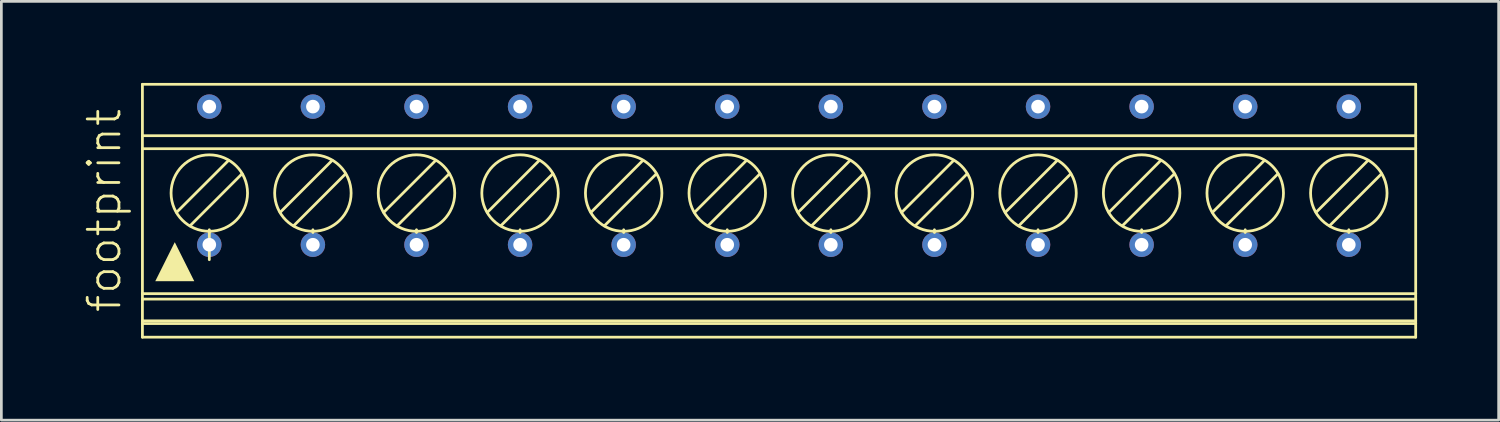
<source format=kicad_pcb>
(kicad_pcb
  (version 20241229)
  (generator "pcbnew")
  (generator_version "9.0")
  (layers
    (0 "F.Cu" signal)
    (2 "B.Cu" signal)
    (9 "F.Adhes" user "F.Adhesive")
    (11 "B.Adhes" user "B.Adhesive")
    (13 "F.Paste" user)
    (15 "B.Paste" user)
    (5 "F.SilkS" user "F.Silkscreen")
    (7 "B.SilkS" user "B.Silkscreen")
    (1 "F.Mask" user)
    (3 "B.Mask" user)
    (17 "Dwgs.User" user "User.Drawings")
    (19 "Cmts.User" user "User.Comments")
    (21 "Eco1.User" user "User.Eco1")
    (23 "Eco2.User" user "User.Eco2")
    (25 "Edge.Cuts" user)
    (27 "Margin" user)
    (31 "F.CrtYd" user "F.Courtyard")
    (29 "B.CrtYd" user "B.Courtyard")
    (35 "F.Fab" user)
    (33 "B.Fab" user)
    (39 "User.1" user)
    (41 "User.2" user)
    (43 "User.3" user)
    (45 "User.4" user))
  (footprint "footprint"
    (layer "F.Cu")
    (at 25.603 4.701)
    (property "Reference" "footprint" (at -24.13 3.81 90) (layer "F.SilkS") (effects (font (size 1.168 1.168) (thickness 0.102)) (justify left bottom)))
    (fp_line (start -23.415 -2.76) (end -23.415 -4.65) (stroke (width 0.102) (type solid)) (layer "F.SilkS"))
    (fp_line (start -23.415 -2.282) (end -23.415 -2.76) (stroke (width 0.102) (type solid)) (layer "F.SilkS"))
    (fp_line (start -23.415 3.05) (end -23.415 -2.282) (stroke (width 0.102) (type solid)) (layer "F.SilkS"))
    (fp_line (start -23.415 3.25) (end -23.415 3.05) (stroke (width 0.102) (type solid)) (layer "F.SilkS"))
    (fp_line (start -23.415 4.05) (end -23.415 3.25) (stroke (width 0.102) (type solid)) (layer "F.SilkS"))
    (fp_line (start -23.415 4.15) (end -23.415 4.05) (stroke (width 0.102) (type solid)) (layer "F.SilkS"))
    (fp_line (start -23.415 4.15) (end 23.415 4.15) (stroke (width 0.102) (type solid)) (layer "F.SilkS"))
    (fp_line (start -23.415 4.65) (end -23.415 4.15) (stroke (width 0.102) (type solid)) (layer "F.SilkS"))
    (fp_line (start -21.666 0.556) (end -19.749 -1.361) (stroke (width 0.102) (type solid)) (layer "F.SilkS"))
    (fp_line (start -20.955 0.75) (end -20.955 0.7) (stroke (width 0.102) (type solid)) (layer "F.SilkS"))
    (fp_line (start -20.955 0.8) (end -20.955 0.75) (stroke (width 0.102) (type solid)) (layer "F.SilkS"))
    (fp_line (start -20.955 0.8) (end -20.955 1.8) (stroke (width 0.102) (type solid)) (layer "F.SilkS"))
    (fp_line (start -20.244 -1.856) (end -22.161 0.061) (stroke (width 0.102) (type solid)) (layer "F.SilkS"))
    (fp_line (start -17.856 0.556) (end -15.939 -1.361) (stroke (width 0.102) (type solid)) (layer "F.SilkS"))
    (fp_line (start -17.145 0.75) (end -17.145 0.7) (stroke (width 0.102) (type solid)) (layer "F.SilkS"))
    (fp_line (start -17.145 0.8) (end -17.145 0.75) (stroke (width 0.102) (type solid)) (layer "F.SilkS"))
    (fp_line (start -16.434 -1.856) (end -18.351 0.061) (stroke (width 0.102) (type solid)) (layer "F.SilkS"))
    (fp_line (start -14.046 0.556) (end -12.129 -1.361) (stroke (width 0.102) (type solid)) (layer "F.SilkS"))
    (fp_line (start -13.335 0.75) (end -13.335 0.7) (stroke (width 0.102) (type solid)) (layer "F.SilkS"))
    (fp_line (start -13.335 0.8) (end -13.335 0.75) (stroke (width 0.102) (type solid)) (layer "F.SilkS"))
    (fp_line (start -12.624 -1.856) (end -14.541 0.061) (stroke (width 0.102) (type solid)) (layer "F.SilkS"))
    (fp_line (start -10.236 0.556) (end -8.319 -1.361) (stroke (width 0.102) (type solid)) (layer "F.SilkS"))
    (fp_line (start -9.525 0.75) (end -9.525 0.7) (stroke (width 0.102) (type solid)) (layer "F.SilkS"))
    (fp_line (start -9.525 0.8) (end -9.525 0.75) (stroke (width 0.102) (type solid)) (layer "F.SilkS"))
    (fp_line (start -8.814 -1.856) (end -10.731 0.061) (stroke (width 0.102) (type solid)) (layer "F.SilkS"))
    (fp_line (start -6.426 0.556) (end -4.509 -1.361) (stroke (width 0.102) (type solid)) (layer "F.SilkS"))
    (fp_line (start -5.715 0.75) (end -5.715 0.7) (stroke (width 0.102) (type solid)) (layer "F.SilkS"))
    (fp_line (start -5.715 0.8) (end -5.715 0.75) (stroke (width 0.102) (type solid)) (layer "F.SilkS"))
    (fp_line (start -5.004 -1.856) (end -6.921 0.061) (stroke (width 0.102) (type solid)) (layer "F.SilkS"))
    (fp_line (start -2.616 0.556) (end -0.699 -1.361) (stroke (width 0.102) (type solid)) (layer "F.SilkS"))
    (fp_line (start -1.905 0.75) (end -1.905 0.7) (stroke (width 0.102) (type solid)) (layer "F.SilkS"))
    (fp_line (start -1.905 0.8) (end -1.905 0.75) (stroke (width 0.102) (type solid)) (layer "F.SilkS"))
    (fp_line (start -1.194 -1.856) (end -3.111 0.061) (stroke (width 0.102) (type solid)) (layer "F.SilkS"))
    (fp_line (start 1.194 0.556) (end 3.111 -1.361) (stroke (width 0.102) (type solid)) (layer "F.SilkS"))
    (fp_line (start 1.905 0.75) (end 1.905 0.7) (stroke (width 0.102) (type solid)) (layer "F.SilkS"))
    (fp_line (start 1.905 0.8) (end 1.905 0.75) (stroke (width 0.102) (type solid)) (layer "F.SilkS"))
    (fp_line (start 2.616 -1.856) (end 0.699 0.061) (stroke (width 0.102) (type solid)) (layer "F.SilkS"))
    (fp_line (start 5.004 0.556) (end 6.921 -1.361) (stroke (width 0.102) (type solid)) (layer "F.SilkS"))
    (fp_line (start 5.715 0.75) (end 5.715 0.7) (stroke (width 0.102) (type solid)) (layer "F.SilkS"))
    (fp_line (start 5.715 0.8) (end 5.715 0.75) (stroke (width 0.102) (type solid)) (layer "F.SilkS"))
    (fp_line (start 6.426 -1.856) (end 4.509 0.061) (stroke (width 0.102) (type solid)) (layer "F.SilkS"))
    (fp_line (start 8.814 0.556) (end 10.731 -1.361) (stroke (width 0.102) (type solid)) (layer "F.SilkS"))
    (fp_line (start 9.525 0.75) (end 9.525 0.7) (stroke (width 0.102) (type solid)) (layer "F.SilkS"))
    (fp_line (start 9.525 0.8) (end 9.525 0.75) (stroke (width 0.102) (type solid)) (layer "F.SilkS"))
    (fp_line (start 10.236 -1.856) (end 8.319 0.061) (stroke (width 0.102) (type solid)) (layer "F.SilkS"))
    (fp_line (start 12.624 0.556) (end 14.541 -1.361) (stroke (width 0.102) (type solid)) (layer "F.SilkS"))
    (fp_line (start 13.335 0.75) (end 13.335 0.7) (stroke (width 0.102) (type solid)) (layer "F.SilkS"))
    (fp_line (start 13.335 0.8) (end 13.335 0.75) (stroke (width 0.102) (type solid)) (layer "F.SilkS"))
    (fp_line (start 14.046 -1.856) (end 12.129 0.061) (stroke (width 0.102) (type solid)) (layer "F.SilkS"))
    (fp_line (start 16.434 0.556) (end 18.351 -1.361) (stroke (width 0.102) (type solid)) (layer "F.SilkS"))
    (fp_line (start 17.145 0.75) (end 17.145 0.7) (stroke (width 0.102) (type solid)) (layer "F.SilkS"))
    (fp_line (start 17.145 0.8) (end 17.145 0.75) (stroke (width 0.102) (type solid)) (layer "F.SilkS"))
    (fp_line (start 17.856 -1.856) (end 15.939 0.061) (stroke (width 0.102) (type solid)) (layer "F.SilkS"))
    (fp_line (start 20.244 0.556) (end 22.161 -1.361) (stroke (width 0.102) (type solid)) (layer "F.SilkS"))
    (fp_line (start 20.955 0.75) (end 20.955 0.7) (stroke (width 0.102) (type solid)) (layer "F.SilkS"))
    (fp_line (start 20.955 0.8) (end 20.955 0.75) (stroke (width 0.102) (type solid)) (layer "F.SilkS"))
    (fp_line (start 21.666 -1.856) (end 19.749 0.061) (stroke (width 0.102) (type solid)) (layer "F.SilkS"))
    (fp_line (start 23.415 -4.65) (end -23.415 -4.65) (stroke (width 0.102) (type solid)) (layer "F.SilkS"))
    (fp_line (start 23.415 -2.76) (end -23.415 -2.76) (stroke (width 0.102) (type solid)) (layer "F.SilkS"))
    (fp_line (start 23.415 -2.76) (end 23.415 -4.65) (stroke (width 0.102) (type solid)) (layer "F.SilkS"))
    (fp_line (start 23.415 -2.76) (end 23.415 -2.282) (stroke (width 0.102) (type solid)) (layer "F.SilkS"))
    (fp_line (start 23.415 -2.282) (end -23.415 -2.282) (stroke (width 0.102) (type solid)) (layer "F.SilkS"))
    (fp_line (start 23.415 -2.282) (end 23.415 3.05) (stroke (width 0.102) (type solid)) (layer "F.SilkS"))
    (fp_line (start 23.415 3.05) (end -23.415 3.05) (stroke (width 0.102) (type solid)) (layer "F.SilkS"))
    (fp_line (start 23.415 3.25) (end -23.415 3.25) (stroke (width 0.102) (type solid)) (layer "F.SilkS"))
    (fp_line (start 23.415 3.25) (end 23.415 3.05) (stroke (width 0.102) (type solid)) (layer "F.SilkS"))
    (fp_line (start 23.415 4.05) (end -23.415 4.05) (stroke (width 0.102) (type solid)) (layer "F.SilkS"))
    (fp_line (start 23.415 4.05) (end 23.415 3.25) (stroke (width 0.102) (type solid)) (layer "F.SilkS"))
    (fp_line (start 23.415 4.15) (end 23.415 4.05) (stroke (width 0.102) (type solid)) (layer "F.SilkS"))
    (fp_line (start 23.415 4.65) (end -23.415 4.65) (stroke (width 0.102) (type solid)) (layer "F.SilkS"))
    (fp_line (start 23.415 4.65) (end 23.415 4.15) (stroke (width 0.102) (type solid)) (layer "F.SilkS"))
    (fp_circle (center -20.955 -0.65) (end -19.549 -0.65) (stroke (width 0.102) (type solid)) (fill no) (layer "F.SilkS"))
    (fp_circle (center -17.145 -0.65) (end -15.739 -0.65) (stroke (width 0.102) (type solid)) (fill no) (layer "F.SilkS"))
    (fp_circle (center -13.335 -0.65) (end -11.928 -0.65) (stroke (width 0.102) (type solid)) (fill no) (layer "F.SilkS"))
    (fp_circle (center -9.525 -0.65) (end -8.118 -0.65) (stroke (width 0.102) (type solid)) (fill no) (layer "F.SilkS"))
    (fp_circle (center -5.715 -0.65) (end -4.309 -0.65) (stroke (width 0.102) (type solid)) (fill no) (layer "F.SilkS"))
    (fp_circle (center -1.905 -0.65) (end -0.498 -0.65) (stroke (width 0.102) (type solid)) (fill no) (layer "F.SilkS"))
    (fp_circle (center 1.905 -0.65) (end 3.312 -0.65) (stroke (width 0.102) (type solid)) (fill no) (layer "F.SilkS"))
    (fp_circle (center 5.715 -0.65) (end 7.122 -0.65) (stroke (width 0.102) (type solid)) (fill no) (layer "F.SilkS"))
    (fp_circle (center 9.525 -0.65) (end 10.931 -0.65) (stroke (width 0.102) (type solid)) (fill no) (layer "F.SilkS"))
    (fp_circle (center 13.335 -0.65) (end 14.742 -0.65) (stroke (width 0.102) (type solid)) (fill no) (layer "F.SilkS"))
    (fp_circle (center 17.145 -0.65) (end 18.552 -0.65) (stroke (width 0.102) (type solid)) (fill no) (layer "F.SilkS"))
    (fp_circle (center 20.955 -0.65) (end 22.361 -0.65) (stroke (width 0.102) (type solid)) (fill no) (layer "F.SilkS"))
    (fp_poly (pts (xy -21.508 2.591) (xy -22.942 2.591) (xy -22.225 1.156)) (stroke (width 0) (type solid)) (fill yes) (layer "F.SilkS"))
    (pad "1.1" thru_hole circle (at -20.955 1.25 90) (size 0.9 0.9) (drill 0.5) (layers "*.Cu" "*.Mask"))
    (pad "1.2" thru_hole circle (at -20.955 -3.83 90) (size 0.9 0.9) (drill 0.5) (layers "*.Cu" "*.Mask"))
    (pad "2.1" thru_hole circle (at -17.145 1.25 90) (size 0.9 0.9) (drill 0.5) (layers "*.Cu" "*.Mask"))
    (pad "2.2" thru_hole circle (at -17.145 -3.83 90) (size 0.9 0.9) (drill 0.5) (layers "*.Cu" "*.Mask"))
    (pad "3.1" thru_hole circle (at -13.335 1.25 90) (size 0.9 0.9) (drill 0.5) (layers "*.Cu" "*.Mask"))
    (pad "3.2" thru_hole circle (at -13.335 -3.83 90) (size 0.9 0.9) (drill 0.5) (layers "*.Cu" "*.Mask"))
    (pad "4.1" thru_hole circle (at -9.525 1.25 90) (size 0.9 0.9) (drill 0.5) (layers "*.Cu" "*.Mask"))
    (pad "4.2" thru_hole circle (at -9.525 -3.83 90) (size 0.9 0.9) (drill 0.5) (layers "*.Cu" "*.Mask"))
    (pad "5.1" thru_hole circle (at -5.715 1.25 90) (size 0.9 0.9) (drill 0.5) (layers "*.Cu" "*.Mask"))
    (pad "5.2" thru_hole circle (at -5.715 -3.83 90) (size 0.9 0.9) (drill 0.5) (layers "*.Cu" "*.Mask"))
    (pad "6.1" thru_hole circle (at -1.905 1.25 90) (size 0.9 0.9) (drill 0.5) (layers "*.Cu" "*.Mask"))
    (pad "6.2" thru_hole circle (at -1.905 -3.83 90) (size 0.9 0.9) (drill 0.5) (layers "*.Cu" "*.Mask"))
    (pad "7.1" thru_hole circle (at 1.905 1.25 90) (size 0.9 0.9) (drill 0.5) (layers "*.Cu" "*.Mask"))
    (pad "7.2" thru_hole circle (at 1.905 -3.83 90) (size 0.9 0.9) (drill 0.5) (layers "*.Cu" "*.Mask"))
    (pad "8.1" thru_hole circle (at 5.715 1.25 90) (size 0.9 0.9) (drill 0.5) (layers "*.Cu" "*.Mask"))
    (pad "8.2" thru_hole circle (at 5.715 -3.83 90) (size 0.9 0.9) (drill 0.5) (layers "*.Cu" "*.Mask"))
    (pad "9.1" thru_hole circle (at 9.525 1.25 90) (size 0.9 0.9) (drill 0.5) (layers "*.Cu" "*.Mask"))
    (pad "9.2" thru_hole circle (at 9.525 -3.83 90) (size 0.9 0.9) (drill 0.5) (layers "*.Cu" "*.Mask"))
    (pad "10.1" thru_hole circle (at 13.335 1.25 90) (size 0.9 0.9) (drill 0.5) (layers "*.Cu" "*.Mask"))
    (pad "10.2" thru_hole circle (at 13.335 -3.83 90) (size 0.9 0.9) (drill 0.5) (layers "*.Cu" "*.Mask"))
    (pad "11.1" thru_hole circle (at 17.145 1.25 90) (size 0.9 0.9) (drill 0.5) (layers "*.Cu" "*.Mask"))
    (pad "11.2" thru_hole circle (at 17.145 -3.83 90) (size 0.9 0.9) (drill 0.5) (layers "*.Cu" "*.Mask"))
    (pad "12.1" thru_hole circle (at 20.955 1.25 90) (size 0.9 0.9) (drill 0.5) (layers "*.Cu" "*.Mask"))
    (pad "12.2" thru_hole circle (at 20.955 -3.83 90) (size 0.9 0.9) (drill 0.5) (layers "*.Cu" "*.Mask")))
  (gr_rect
    (start -3 -3)
    (end 52.069 12.402)
    (stroke (width 0.1) (type default))
    (fill no)
    (layer "Edge.Cuts")))
</source>
